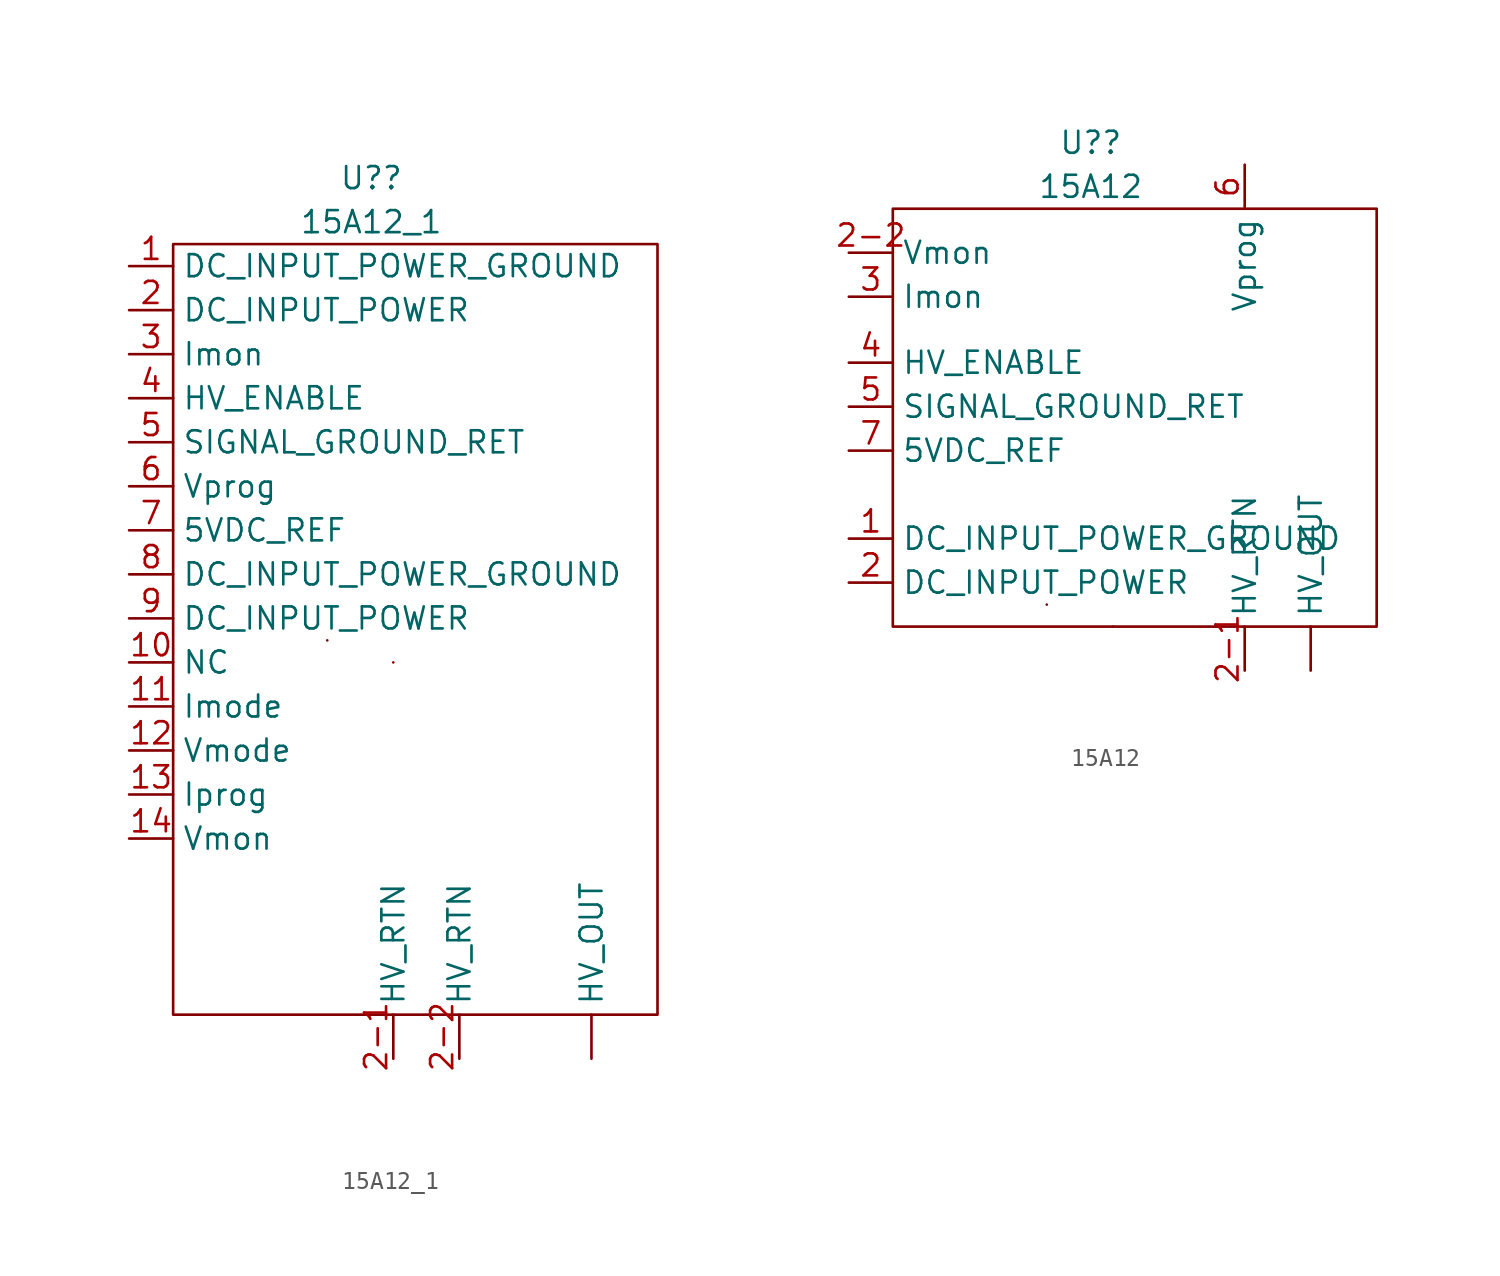
<source format=kicad_sym>
(kicad_symbol_lib
  (version 20211014)
  (generator kicad_symbol_editor)
  (symbol "15A12_1"
    (property "Reference" "U?"
      (at 2.54 12.7 0)
      (effects (font (size 1.27 1.27))))
    (property "Value" "15A12_1"
      (at 2.54 10.16 0)
      (effects (font (size 1.27 1.27))))
    (symbol "15A12_1_0_1"
      (rectangle (start -8.89 8.89) (end 19.05 -35.56) (stroke (width 0) (type default) (color 0 0 0 0)) (fill (type none)))
      (rectangle (start 0 -13.97) (end 0 -13.97) (stroke (width 0) (type default) (color 0 0 0 0)) (fill (type none)))
      (rectangle (start 3.81 -15.24) (end 3.81 -15.24) (stroke (width 0) (type default) (color 0 0 0 0)) (fill (type none))))
    (symbol "15A12_1_1_1"
      (pin input line (at 15.24 -38.1 90) (length 2.54) (name "HV_OUT" (effects (font (size 1.27 1.27)))) (number "" (effects (font (size 1.27 1.27)))))
      (pin input line (at -11.43 7.62 0) (length 2.54) (name "DC_INPUT_POWER_GROUND" (effects (font (size 1.27 1.27)))) (number "1" (effects (font (size 1.27 1.27)))))
      (pin input line (at -11.43 -15.24 0) (length 2.54) (name "NC" (effects (font (size 1.27 1.27)))) (number "10" (effects (font (size 1.27 1.27)))))
      (pin input line (at -11.43 -17.78 0) (length 2.54) (name "Imode" (effects (font (size 1.27 1.27)))) (number "11" (effects (font (size 1.27 1.27)))))
      (pin input line (at -11.43 -20.32 0) (length 2.54) (name "Vmode" (effects (font (size 1.27 1.27)))) (number "12" (effects (font (size 1.27 1.27)))))
      (pin input line (at -11.43 -22.86 0) (length 2.54) (name "Iprog" (effects (font (size 1.27 1.27)))) (number "13" (effects (font (size 1.27 1.27)))))
      (pin input line (at -11.43 -25.4 0) (length 2.54) (name "Vmon" (effects (font (size 1.27 1.27)))) (number "14" (effects (font (size 1.27 1.27)))))
      (pin output line (at -11.43 5.08 0) (length 2.54) (name "DC_INPUT_POWER" (effects (font (size 1.27 1.27)))) (number "2" (effects (font (size 1.27 1.27)))))
      (pin input line (at 3.81 -38.1 90) (length 2.54) (name "HV_RTN" (effects (font (size 1.27 1.27)))) (number "2-1" (effects (font (size 1.27 1.27)))))
      (pin input line (at 7.62 -38.1 90) (length 2.54) (name "HV_RTN" (effects (font (size 1.27 1.27)))) (number "2-2" (effects (font (size 1.27 1.27)))))
      (pin output line (at -11.43 2.54 0) (length 2.54) (name "Imon" (effects (font (size 1.27 1.27)))) (number "3" (effects (font (size 1.27 1.27)))))
      (pin input line (at -11.43 0 0) (length 2.54) (name "HV_ENABLE" (effects (font (size 1.27 1.27)))) (number "4" (effects (font (size 1.27 1.27)))))
      (pin input line (at -11.43 -2.54 0) (length 2.54) (name "SIGNAL_GROUND_RET" (effects (font (size 1.27 1.27)))) (number "5" (effects (font (size 1.27 1.27)))))
      (pin input line (at -11.43 -5.08 0) (length 2.54) (name "Vprog" (effects (font (size 1.27 1.27)))) (number "6" (effects (font (size 1.27 1.27)))))
      (pin output line (at -11.43 -7.62 0) (length 2.54) (name "5VDC_REF" (effects (font (size 1.27 1.27)))) (number "7" (effects (font (size 1.27 1.27)))))
      (pin input line (at -11.43 -10.16 0) (length 2.54) (name "DC_INPUT_POWER_GROUND" (effects (font (size 1.27 1.27)))) (number "8" (effects (font (size 1.27 1.27)))))
      (pin input line (at -11.43 -12.7 0) (length 2.54) (name "DC_INPUT_POWER" (effects (font (size 1.27 1.27)))) (number "9" (effects (font (size 1.27 1.27)))))))
  (symbol "15A12"
    (property "Reference" "U?"
      (at 2.54 12.7 0)
      (effects (font (size 1.27 1.27))))
    (property "Value" "15A12"
      (at 2.54 10.16 0)
      (effects (font (size 1.27 1.27))))
    (symbol "15A12_0_1"
      (rectangle (start -8.89 8.89) (end 19.05 -15.24) (stroke (width 0) (type default) (color 0 0 0 0)) (fill (type none)))
      (rectangle (start 0 -13.97) (end 0 -13.97) (stroke (width 0) (type default) (color 0 0 0 0)) (fill (type none)))
      (rectangle (start 3.81 -15.24) (end 3.81 -15.24) (stroke (width 0) (type default) (color 0 0 0 0)) (fill (type none))))
    (symbol "15A12_1_1"
      (pin input line (at 15.24 -17.78 90) (length 2.54) (name "HV_OUT" (effects (font (size 1.27 1.27)))) (number "" (effects (font (size 1.27 1.27)))))
      (pin input line (at -11.43 -10.16 0) (length 2.54) (name "DC_INPUT_POWER_GROUND" (effects (font (size 1.27 1.27)))) (number "1" (effects (font (size 1.27 1.27)))))
      (pin output line (at -11.43 -12.7 0) (length 2.54) (name "DC_INPUT_POWER" (effects (font (size 1.27 1.27)))) (number "2" (effects (font (size 1.27 1.27)))))
      (pin input line (at 11.43 -17.78 90) (length 2.54) (name "HV_RTN" (effects (font (size 1.27 1.27)))) (number "2-1" (effects (font (size 1.27 1.27)))))
      (pin input line (at -11.43 6.35 0) (length 2.54) (name "Vmon" (effects (font (size 1.27 1.27)))) (number "2-2" (effects (font (size 1.27 1.27)))))
      (pin output line (at -11.43 3.81 0) (length 2.54) (name "Imon" (effects (font (size 1.27 1.27)))) (number "3" (effects (font (size 1.27 1.27)))))
      (pin input line (at -11.43 0 0) (length 2.54) (name "HV_ENABLE" (effects (font (size 1.27 1.27)))) (number "4" (effects (font (size 1.27 1.27)))))
      (pin input line (at -11.43 -2.54 0) (length 2.54) (name "SIGNAL_GROUND_RET" (effects (font (size 1.27 1.27)))) (number "5" (effects (font (size 1.27 1.27)))))
      (pin input line (at 11.43 11.43 270) (length 2.54) (name "Vprog" (effects (font (size 1.27 1.27)))) (number "6" (effects (font (size 1.27 1.27)))))
      (pin output line (at -11.43 -5.08 0) (length 2.54) (name "5VDC_REF" (effects (font (size 1.27 1.27)))) (number "7" (effects (font (size 1.27 1.27))))))))
</source>
